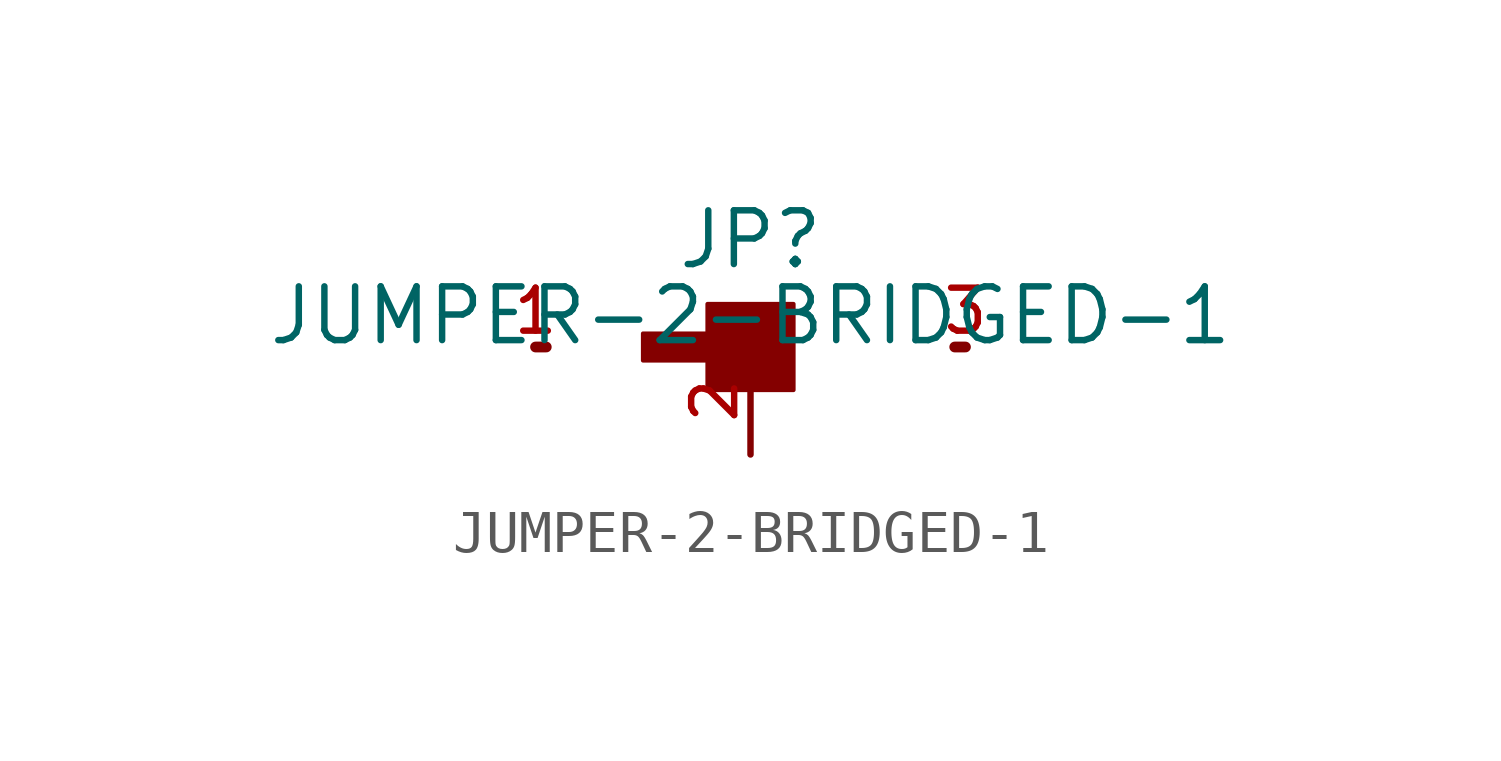
<source format=kicad_sym>
(kicad_symbol_lib
  (version 20211014)
  (generator kicad_symbol_editor)
  (symbol "JUMPER-2-BRIDGED-1"
    (pin_names
      (offset 1.016))
    (property "Reference" "JP"
      (at 0.0 2.54 0)
      (effects (font (size 1.27 1.27))))
    (property "Value" "JUMPER-2-BRIDGED-1"
      (at 0 0.0 0)
      (effects (font (size 1.27 1.27)) (justify bottom)))
    (symbol "JUMPER-2-BRIDGED-1_0_0"
      (rectangle (start -1.016 -1.016) (end 1.016 1.016) (stroke (width 0.1)) (fill (type outline)))
      (rectangle (start -2.54 -0.318) (end -1.016 0.318) (stroke (width 0.1)) (fill (type outline)))
      (polyline (pts (xy -4.826 0.0) (xy -5.08 0.0)) (stroke (width 0.254)))
      (polyline (pts (xy 4.826 0.0) (xy 5.08 0.0)) (stroke (width 0.254)))
      (pin bidirectional line (at -5.08 0.0 0) (length 0) (name "~" (effects (font (size 1.016 1.016)))) (number "1" (effects (font (size 1.016 1.016)))))
      (pin bidirectional line (at 5.08 0.0 180.0) (length 0) (name "~" (effects (font (size 1.016 1.016)))) (number "3" (effects (font (size 1.016 1.016)))))
      (pin bidirectional line (at 0.0 -2.54 90.0) (length 2.54) (name "~" (effects (font (size 1.016 1.016)))) (number "2" (effects (font (size 1.016 1.016))))))))
</source>
